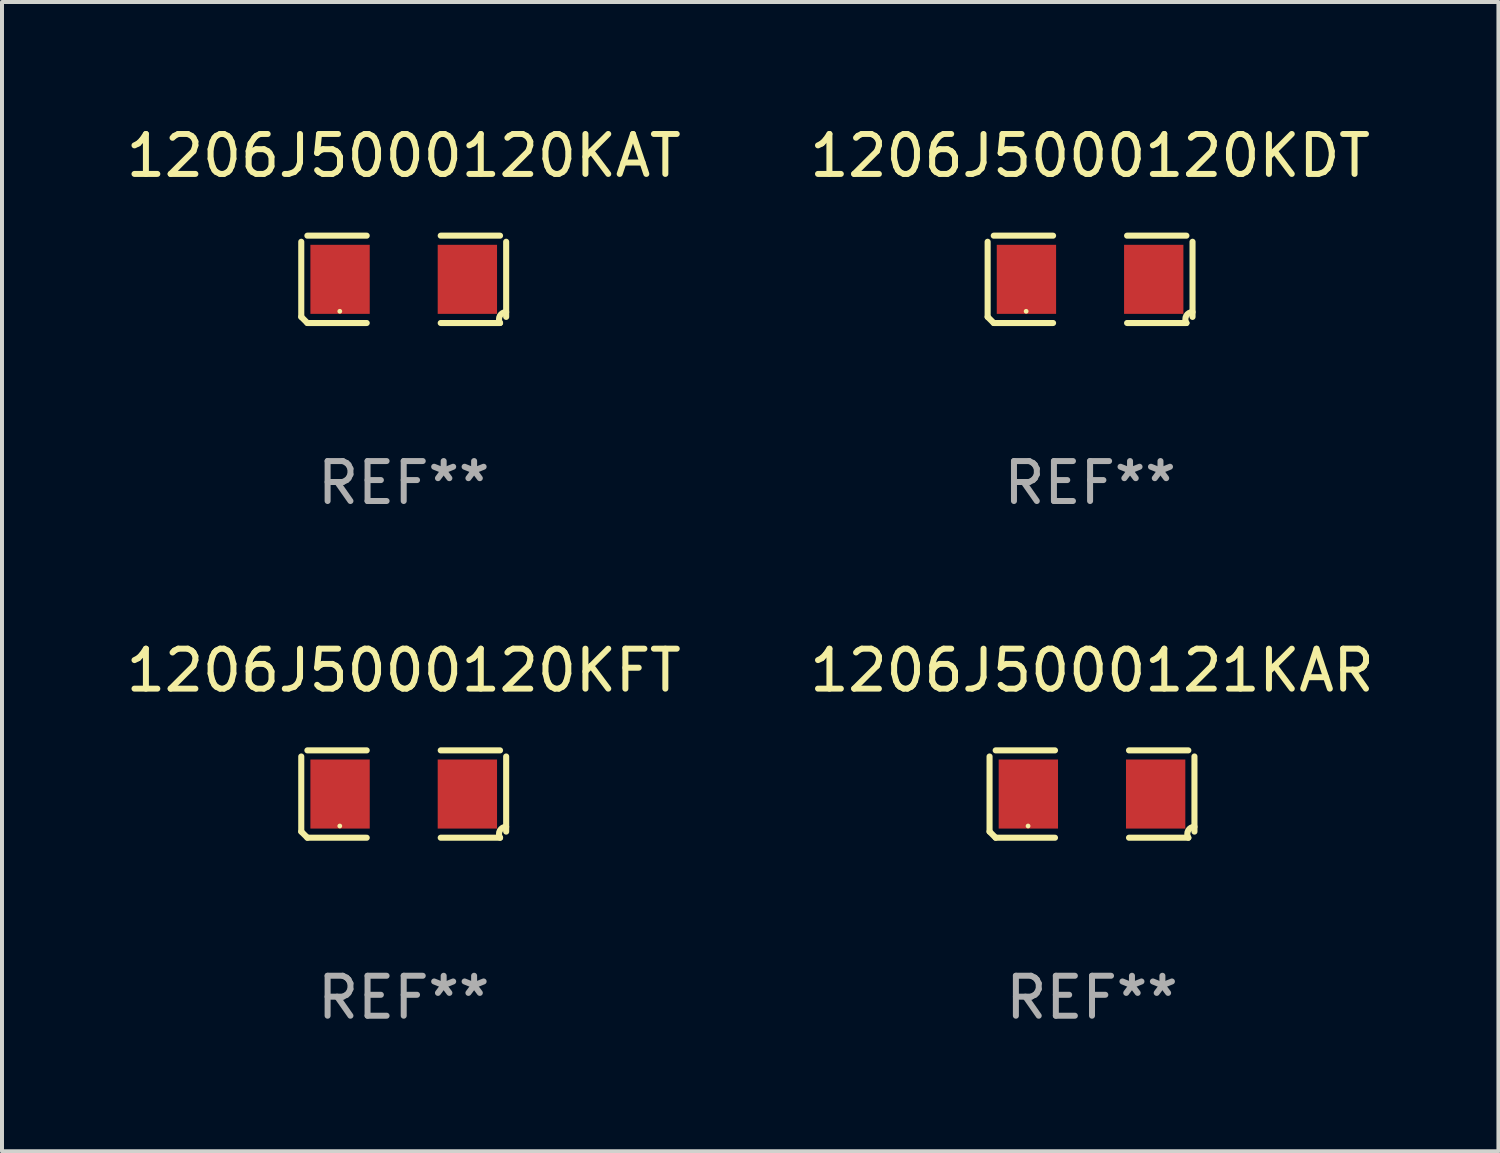
<source format=kicad_pcb>
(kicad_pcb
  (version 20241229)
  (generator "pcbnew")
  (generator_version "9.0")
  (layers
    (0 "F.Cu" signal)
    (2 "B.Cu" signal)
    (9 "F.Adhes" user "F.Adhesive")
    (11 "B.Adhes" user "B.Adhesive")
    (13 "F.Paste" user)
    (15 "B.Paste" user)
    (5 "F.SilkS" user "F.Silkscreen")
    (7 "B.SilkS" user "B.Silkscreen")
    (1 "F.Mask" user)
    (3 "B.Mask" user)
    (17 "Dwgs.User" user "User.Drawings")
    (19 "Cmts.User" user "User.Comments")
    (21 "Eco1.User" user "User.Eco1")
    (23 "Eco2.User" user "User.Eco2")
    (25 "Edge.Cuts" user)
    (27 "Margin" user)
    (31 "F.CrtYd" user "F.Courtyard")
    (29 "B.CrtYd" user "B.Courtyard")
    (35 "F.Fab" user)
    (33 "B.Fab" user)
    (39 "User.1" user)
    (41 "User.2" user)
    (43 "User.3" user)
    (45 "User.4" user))
  (footprint "1206J5000120KFT"
    (layer "F.Cu")
    (at 7.054 16.823)
    (property "Reference" "1206J5000120KFT" (at 0 -3.093 0) (layer "F.SilkS") (effects (font (size 1 1) (thickness 0.15))))
    (attr through_hole)
    (fp_line (start -2.564 0.94) (end -2.564 -0.94) (stroke (width 0.152) (type solid)) (layer "F.SilkS"))
    (fp_line (start -2.411 -1.093) (end -0.926 -1.093) (stroke (width 0.152) (type solid)) (layer "F.SilkS"))
    (fp_line (start -0.926 1.093) (end -2.411 1.093) (stroke (width 0.152) (type solid)) (layer "F.SilkS"))
    (fp_line (start 0.926 1.093) (end 2.411 1.093) (stroke (width 0.152) (type solid)) (layer "F.SilkS"))
    (fp_line (start 2.411 -1.093) (end 0.926 -1.093) (stroke (width 0.152) (type solid)) (layer "F.SilkS"))
    (fp_line (start 2.564 0.94) (end 2.564 -0.94) (stroke (width 0.152) (type solid)) (layer "F.SilkS"))
    (fp_arc (start -2.411201 1.092609) (mid -2.487413 1.01642) (end -2.563602 0.940208) (stroke (width 0.1524) (type solid)) (layer "F.SilkS"))
    (fp_arc (start 2.411201 1.092609) (mid 2.407159 0.911226) (end 2.563602 0.819347) (stroke (width 0.1524) (type solid)) (layer "F.SilkS"))
    (fp_circle (center -1.6 0.8) (end -1.57 0.8) (stroke (width 0.06) (type solid)) (fill no) (layer "F.SilkS"))
    (fp_text user "REF**" (at 0 5.093 0) (layer "F.Fab") (effects (font (size 1 1) (thickness 0.15))))
    (pad "1" smd rect (at -1.593 0) (size 1.485 1.728) (layers "F.Cu" "F.Mask" "F.Paste"))
    (pad "2" smd rect (at 1.593 0) (size 1.485 1.728) (layers "F.Cu" "F.Mask" "F.Paste")))
  (footprint "1206J5000121KAR"
    (layer "F.Cu")
    (at 24.28 16.823)
    (property "Reference" "1206J5000121KAR" (at 0 -3.093 0) (layer "F.SilkS") (effects (font (size 1 1) (thickness 0.15))))
    (attr through_hole)
    (fp_line (start -2.564 0.94) (end -2.564 -0.94) (stroke (width 0.152) (type solid)) (layer "F.SilkS"))
    (fp_line (start -2.411 -1.093) (end -0.926 -1.093) (stroke (width 0.152) (type solid)) (layer "F.SilkS"))
    (fp_line (start -0.926 1.093) (end -2.411 1.093) (stroke (width 0.152) (type solid)) (layer "F.SilkS"))
    (fp_line (start 0.926 1.093) (end 2.411 1.093) (stroke (width 0.152) (type solid)) (layer "F.SilkS"))
    (fp_line (start 2.411 -1.093) (end 0.926 -1.093) (stroke (width 0.152) (type solid)) (layer "F.SilkS"))
    (fp_line (start 2.564 0.94) (end 2.564 -0.94) (stroke (width 0.152) (type solid)) (layer "F.SilkS"))
    (fp_arc (start -2.411201 1.092609) (mid -2.487413 1.01642) (end -2.563602 0.940208) (stroke (width 0.1524) (type solid)) (layer "F.SilkS"))
    (fp_arc (start 2.411201 1.092609) (mid 2.407159 0.911226) (end 2.563602 0.819347) (stroke (width 0.1524) (type solid)) (layer "F.SilkS"))
    (fp_circle (center -1.6 0.8) (end -1.57 0.8) (stroke (width 0.06) (type solid)) (fill no) (layer "F.SilkS"))
    (fp_text user "REF**" (at 0 5.093 0) (layer "F.Fab") (effects (font (size 1 1) (thickness 0.15))))
    (pad "1" smd rect (at -1.593 0) (size 1.485 1.728) (layers "F.Cu" "F.Mask" "F.Paste"))
    (pad "2" smd rect (at 1.593 0) (size 1.485 1.728) (layers "F.Cu" "F.Mask" "F.Paste")))
  (footprint "1206J5000120KDT"
    (layer "F.Cu")
    (at 24.232 3.941)
    (property "Reference" "1206J5000120KDT" (at 0 -3.093 0) (layer "F.SilkS") (effects (font (size 1 1) (thickness 0.15))))
    (attr through_hole)
    (fp_line (start -2.564 0.94) (end -2.564 -0.94) (stroke (width 0.152) (type solid)) (layer "F.SilkS"))
    (fp_line (start -2.411 -1.093) (end -0.926 -1.093) (stroke (width 0.152) (type solid)) (layer "F.SilkS"))
    (fp_line (start -0.926 1.093) (end -2.411 1.093) (stroke (width 0.152) (type solid)) (layer "F.SilkS"))
    (fp_line (start 0.926 1.093) (end 2.411 1.093) (stroke (width 0.152) (type solid)) (layer "F.SilkS"))
    (fp_line (start 2.411 -1.093) (end 0.926 -1.093) (stroke (width 0.152) (type solid)) (layer "F.SilkS"))
    (fp_line (start 2.564 0.94) (end 2.564 -0.94) (stroke (width 0.152) (type solid)) (layer "F.SilkS"))
    (fp_arc (start -2.411201 1.092609) (mid -2.487413 1.01642) (end -2.563602 0.940208) (stroke (width 0.1524) (type solid)) (layer "F.SilkS"))
    (fp_arc (start 2.411201 1.092609) (mid 2.407159 0.911226) (end 2.563602 0.819347) (stroke (width 0.1524) (type solid)) (layer "F.SilkS"))
    (fp_circle (center -1.6 0.8) (end -1.57 0.8) (stroke (width 0.06) (type solid)) (fill no) (layer "F.SilkS"))
    (fp_text user "REF**" (at 0 5.093 0) (layer "F.Fab") (effects (font (size 1 1) (thickness 0.15))))
    (pad "1" smd rect (at -1.593 0) (size 1.485 1.728) (layers "F.Cu" "F.Mask" "F.Paste"))
    (pad "2" smd rect (at 1.593 0) (size 1.485 1.728) (layers "F.Cu" "F.Mask" "F.Paste")))
  (footprint "1206J5000120KAT"
    (layer "F.Cu")
    (at 7.054 3.941)
    (property "Reference" "1206J5000120KAT" (at 0 -3.093 0) (layer "F.SilkS") (effects (font (size 1 1) (thickness 0.15))))
    (attr through_hole)
    (fp_line (start -2.564 0.94) (end -2.564 -0.94) (stroke (width 0.152) (type solid)) (layer "F.SilkS"))
    (fp_line (start -2.411 -1.093) (end -0.926 -1.093) (stroke (width 0.152) (type solid)) (layer "F.SilkS"))
    (fp_line (start -0.926 1.093) (end -2.411 1.093) (stroke (width 0.152) (type solid)) (layer "F.SilkS"))
    (fp_line (start 0.926 1.093) (end 2.411 1.093) (stroke (width 0.152) (type solid)) (layer "F.SilkS"))
    (fp_line (start 2.411 -1.093) (end 0.926 -1.093) (stroke (width 0.152) (type solid)) (layer "F.SilkS"))
    (fp_line (start 2.564 0.94) (end 2.564 -0.94) (stroke (width 0.152) (type solid)) (layer "F.SilkS"))
    (fp_arc (start -2.411201 1.092609) (mid -2.487413 1.01642) (end -2.563602 0.940208) (stroke (width 0.1524) (type solid)) (layer "F.SilkS"))
    (fp_arc (start 2.411201 1.092609) (mid 2.407159 0.911226) (end 2.563602 0.819347) (stroke (width 0.1524) (type solid)) (layer "F.SilkS"))
    (fp_circle (center -1.6 0.8) (end -1.57 0.8) (stroke (width 0.06) (type solid)) (fill no) (layer "F.SilkS"))
    (fp_text user "REF**" (at 0 5.093 0) (layer "F.Fab") (effects (font (size 1 1) (thickness 0.15))))
    (pad "1" smd rect (at -1.593 0) (size 1.485 1.728) (layers "F.Cu" "F.Mask" "F.Paste"))
    (pad "2" smd rect (at 1.593 0) (size 1.485 1.728) (layers "F.Cu" "F.Mask" "F.Paste")))
  (gr_rect
    (start -3 -3)
    (end 34.452 25.763)
    (stroke (width 0.1) (type default))
    (fill no)
    (layer "Edge.Cuts")))
</source>
